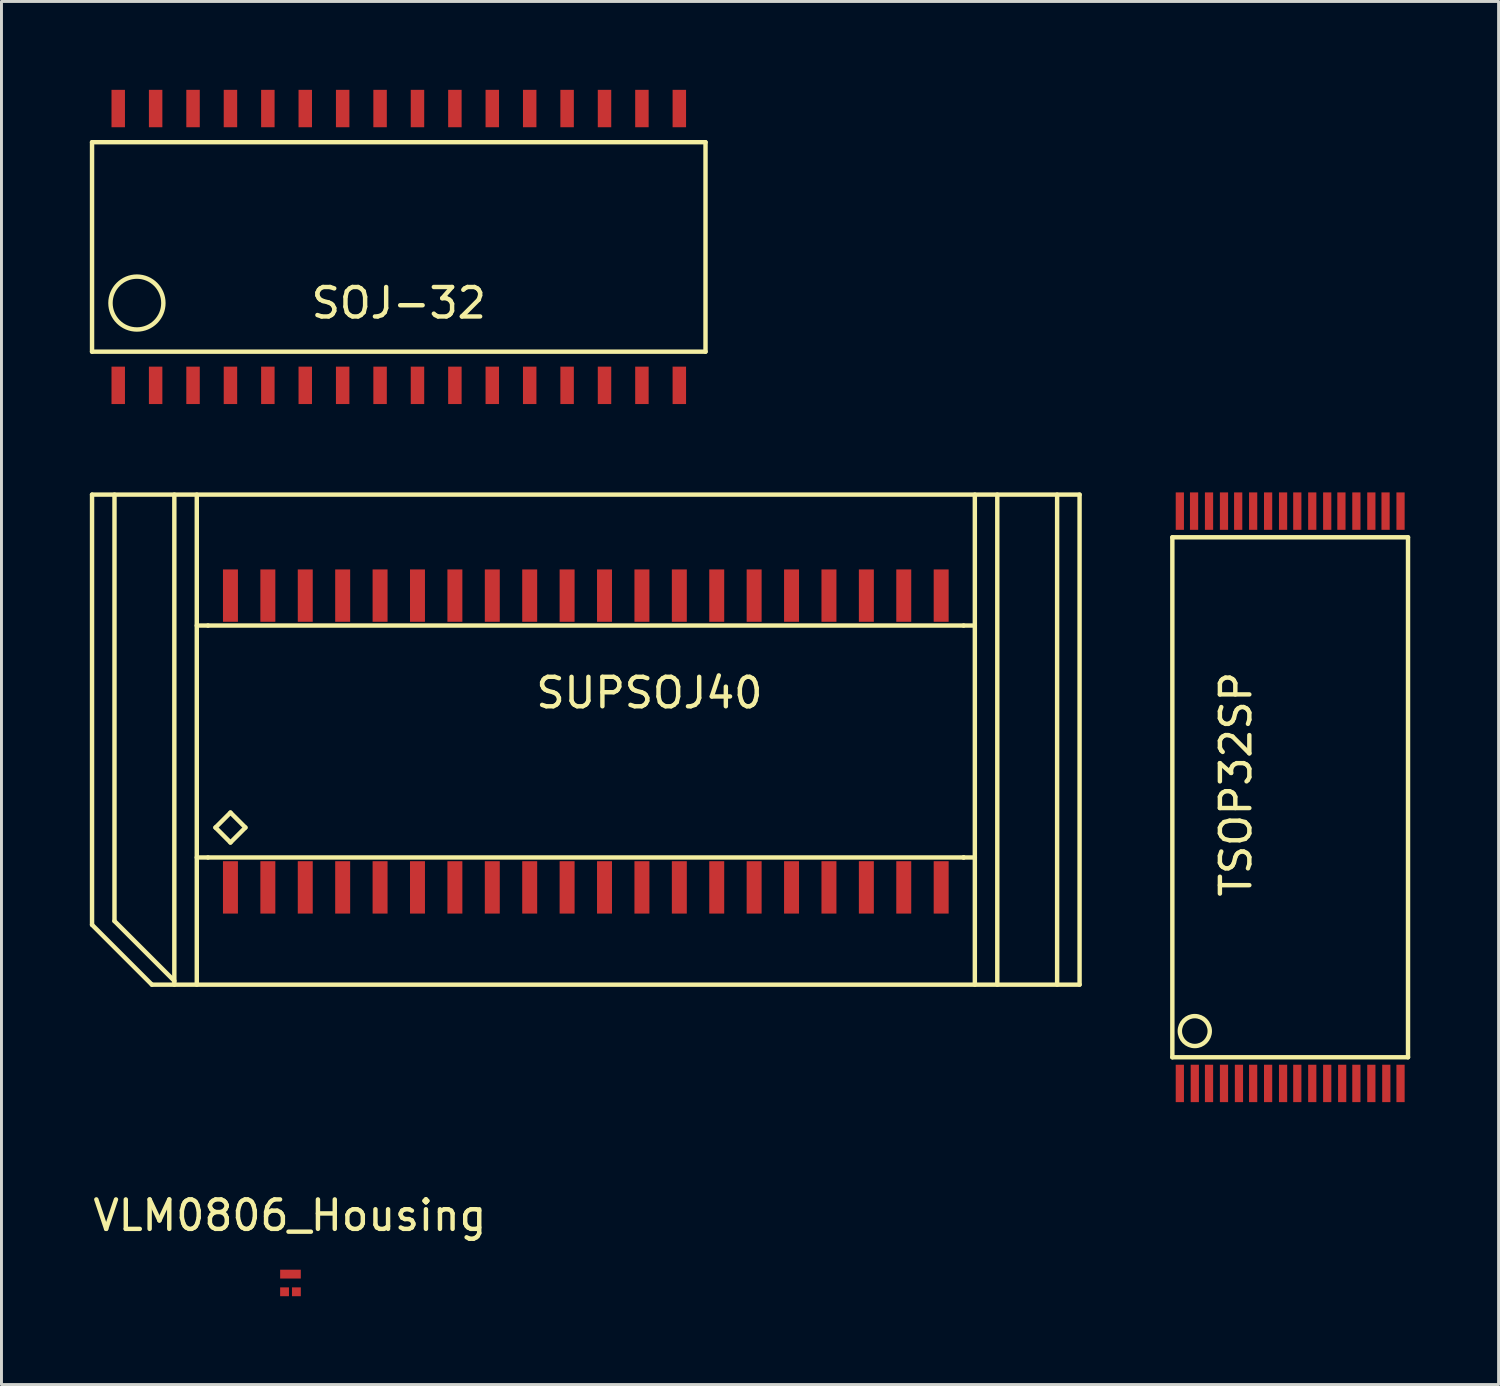
<source format=kicad_pcb>
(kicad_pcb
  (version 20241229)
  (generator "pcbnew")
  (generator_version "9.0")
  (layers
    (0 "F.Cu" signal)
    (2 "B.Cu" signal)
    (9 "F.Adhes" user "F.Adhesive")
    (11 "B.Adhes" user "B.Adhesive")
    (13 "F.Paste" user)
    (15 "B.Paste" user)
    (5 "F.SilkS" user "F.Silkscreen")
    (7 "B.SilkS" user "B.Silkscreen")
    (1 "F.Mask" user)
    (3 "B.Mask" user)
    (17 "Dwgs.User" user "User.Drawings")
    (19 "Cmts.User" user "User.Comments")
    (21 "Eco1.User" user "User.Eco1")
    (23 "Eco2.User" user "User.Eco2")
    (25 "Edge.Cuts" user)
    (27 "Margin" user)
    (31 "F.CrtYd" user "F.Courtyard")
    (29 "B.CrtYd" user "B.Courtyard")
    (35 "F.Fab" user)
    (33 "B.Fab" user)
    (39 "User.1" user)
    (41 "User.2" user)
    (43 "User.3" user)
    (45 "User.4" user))
  (footprint "VLM0806_Housing"
    (layer "F.Cu")
    (at 6.812 40.508)
    (property "Reference" "VLM0806_Housing" (at -0.02 -2.291 0) (layer "F.SilkS") (effects (font (size 1 1) (thickness 0.15))))
    (attr smd)
    (pad "1" smd rect (at 0.201 0.3) (size 0.3 0.3) (layers "F.Cu" "F.Mask" "F.Paste"))
    (pad "2" smd rect (at -0.201 0.3) (size 0.3 0.3) (layers "F.Cu" "F.Mask" "F.Paste"))
    (pad "3" smd rect (at 0 -0.3) (size 0.701 0.3) (layers "F.Cu" "F.Mask" "F.Paste")))
  (footprint "SOJ-32"
    (layer "F.Cu")
    (at 10.489 5.334)
    (property "Reference" "SOJ-32" (at 0 1.905 0) (layer "F.SilkS") (effects (font (size 1 1) (thickness 0.15))))
    (attr smd)
    (fp_line (start -10.414 -3.556) (end 10.414 -3.556) (stroke (width 0.15) (type solid)) (layer "F.SilkS"))
    (fp_line (start -10.414 3.556) (end -10.414 -3.556) (stroke (width 0.15) (type solid)) (layer "F.SilkS"))
    (fp_line (start 10.414 -3.556) (end 10.414 3.556) (stroke (width 0.15) (type solid)) (layer "F.SilkS"))
    (fp_line (start 10.414 3.556) (end -10.414 3.556) (stroke (width 0.15) (type solid)) (layer "F.SilkS"))
    (fp_circle (center -8.89 1.905) (end -9.525 1.27) (stroke (width 0.15) (type solid)) (fill no) (layer "F.SilkS"))
    (pad "1" smd rect (at -9.525 4.699) (size 0.457 1.27) (layers "F.Cu" "F.Mask" "F.Paste"))
    (pad "2" smd rect (at -8.255 4.699) (size 0.457 1.27) (layers "F.Cu" "F.Mask" "F.Paste"))
    (pad "3" smd rect (at -6.985 4.699) (size 0.457 1.27) (layers "F.Cu" "F.Mask" "F.Paste"))
    (pad "4" smd rect (at -5.715 4.699) (size 0.457 1.27) (layers "F.Cu" "F.Mask" "F.Paste"))
    (pad "5" smd rect (at -4.445 4.699) (size 0.457 1.27) (layers "F.Cu" "F.Mask" "F.Paste"))
    (pad "6" smd rect (at -3.175 4.699) (size 0.457 1.27) (layers "F.Cu" "F.Mask" "F.Paste"))
    (pad "7" smd rect (at -1.905 4.699) (size 0.457 1.27) (layers "F.Cu" "F.Mask" "F.Paste"))
    (pad "8" smd rect (at -0.635 4.699) (size 0.457 1.27) (layers "F.Cu" "F.Mask" "F.Paste"))
    (pad "9" smd rect (at 0.635 4.699) (size 0.457 1.27) (layers "F.Cu" "F.Mask" "F.Paste"))
    (pad "10" smd rect (at 1.905 4.699) (size 0.457 1.27) (layers "F.Cu" "F.Mask" "F.Paste"))
    (pad "11" smd rect (at 3.175 4.699) (size 0.457 1.27) (layers "F.Cu" "F.Mask" "F.Paste"))
    (pad "12" smd rect (at 4.445 4.699) (size 0.457 1.27) (layers "F.Cu" "F.Mask" "F.Paste"))
    (pad "13" smd rect (at 5.715 4.699) (size 0.457 1.27) (layers "F.Cu" "F.Mask" "F.Paste"))
    (pad "14" smd rect (at 6.985 4.699) (size 0.457 1.27) (layers "F.Cu" "F.Mask" "F.Paste"))
    (pad "15" smd rect (at 8.255 4.699) (size 0.457 1.27) (layers "F.Cu" "F.Mask" "F.Paste"))
    (pad "16" smd rect (at 9.525 4.699) (size 0.457 1.27) (layers "F.Cu" "F.Mask" "F.Paste"))
    (pad "17" smd rect (at 9.525 -4.699) (size 0.457 1.27) (layers "F.Cu" "F.Mask" "F.Paste"))
    (pad "18" smd rect (at 8.255 -4.699) (size 0.457 1.27) (layers "F.Cu" "F.Mask" "F.Paste"))
    (pad "19" smd rect (at 6.985 -4.699) (size 0.457 1.27) (layers "F.Cu" "F.Mask" "F.Paste"))
    (pad "20" smd rect (at 5.715 -4.699) (size 0.457 1.27) (layers "F.Cu" "F.Mask" "F.Paste"))
    (pad "21" smd rect (at 4.445 -4.699) (size 0.457 1.27) (layers "F.Cu" "F.Mask" "F.Paste"))
    (pad "22" smd rect (at 3.175 -4.699) (size 0.457 1.27) (layers "F.Cu" "F.Mask" "F.Paste"))
    (pad "23" smd rect (at 1.905 -4.699) (size 0.457 1.27) (layers "F.Cu" "F.Mask" "F.Paste"))
    (pad "24" smd rect (at 0.635 -4.699) (size 0.457 1.27) (layers "F.Cu" "F.Mask" "F.Paste"))
    (pad "25" smd rect (at -0.635 -4.699) (size 0.457 1.27) (layers "F.Cu" "F.Mask" "F.Paste"))
    (pad "26" smd rect (at -1.905 -4.699) (size 0.457 1.27) (layers "F.Cu" "F.Mask" "F.Paste"))
    (pad "27" smd rect (at -3.175 -4.699) (size 0.457 1.27) (layers "F.Cu" "F.Mask" "F.Paste"))
    (pad "28" smd rect (at -4.445 -4.699) (size 0.457 1.27) (layers "F.Cu" "F.Mask" "F.Paste"))
    (pad "29" smd rect (at -5.715 -4.699) (size 0.457 1.27) (layers "F.Cu" "F.Mask" "F.Paste"))
    (pad "30" smd rect (at -6.985 -4.699) (size 0.457 1.27) (layers "F.Cu" "F.Mask" "F.Paste"))
    (pad "31" smd rect (at -8.255 -4.699) (size 0.457 1.27) (layers "F.Cu" "F.Mask" "F.Paste"))
    (pad "32" smd rect (at -9.525 -4.699) (size 0.457 1.27) (layers "F.Cu" "F.Mask" "F.Paste")))
  (footprint "TSOP32SP"
    (layer "F.Cu")
    (at 40.817 24.082)
    (property "Reference" "TSOP32SP" (at -1.905 -0.508 90) (layer "F.SilkS") (effects (font (size 1 1) (thickness 0.15))))
    (attr smd)
    (fp_line (start -4.064 -8.89) (end 3.937 -8.89) (stroke (width 0.15) (type solid)) (layer "F.SilkS"))
    (fp_line (start -4.064 8.763) (end -4.064 -8.89) (stroke (width 0.15) (type solid)) (layer "F.SilkS"))
    (fp_line (start 3.937 -8.89) (end 3.937 8.763) (stroke (width 0.15) (type solid)) (layer "F.SilkS"))
    (fp_line (start 3.937 8.763) (end -4.064 8.763) (stroke (width 0.15) (type solid)) (layer "F.SilkS"))
    (fp_circle (center -3.302 7.874) (end -3.302 8.382) (stroke (width 0.15) (type solid)) (fill no) (layer "F.SilkS"))
    (pad "1" smd rect (at -3.81 9.652) (size 0.279 1.27) (layers "F.Cu" "F.Mask" "F.Paste"))
    (pad "2" smd rect (at -3.302 9.652) (size 0.279 1.27) (layers "F.Cu" "F.Mask" "F.Paste"))
    (pad "3" smd rect (at -2.819 9.652) (size 0.279 1.27) (layers "F.Cu" "F.Mask" "F.Paste"))
    (pad "4" smd rect (at -2.311 9.652) (size 0.279 1.27) (layers "F.Cu" "F.Mask" "F.Paste"))
    (pad "5" smd rect (at -1.803 9.652) (size 0.279 1.27) (layers "F.Cu" "F.Mask" "F.Paste"))
    (pad "6" smd rect (at -1.321 9.652) (size 0.279 1.27) (layers "F.Cu" "F.Mask" "F.Paste"))
    (pad "7" smd rect (at -0.813 9.652) (size 0.279 1.27) (layers "F.Cu" "F.Mask" "F.Paste"))
    (pad "8" smd rect (at -0.305 9.652) (size 0.279 1.27) (layers "F.Cu" "F.Mask" "F.Paste"))
    (pad "9" smd rect (at 0.178 9.652) (size 0.279 1.27) (layers "F.Cu" "F.Mask" "F.Paste"))
    (pad "10" smd rect (at 0.686 9.652) (size 0.279 1.27) (layers "F.Cu" "F.Mask" "F.Paste"))
    (pad "11" smd rect (at 1.194 9.652) (size 0.279 1.27) (layers "F.Cu" "F.Mask" "F.Paste"))
    (pad "12" smd rect (at 1.702 9.652) (size 0.279 1.27) (layers "F.Cu" "F.Mask" "F.Paste"))
    (pad "13" smd rect (at 2.184 9.652) (size 0.279 1.27) (layers "F.Cu" "F.Mask" "F.Paste"))
    (pad "14" smd rect (at 2.692 9.652) (size 0.279 1.27) (layers "F.Cu" "F.Mask" "F.Paste"))
    (pad "15" smd rect (at 3.2 9.652) (size 0.279 1.27) (layers "F.Cu" "F.Mask" "F.Paste"))
    (pad "16" smd rect (at 3.683 9.652) (size 0.279 1.27) (layers "F.Cu" "F.Mask" "F.Paste"))
    (pad "17" smd rect (at 3.683 -9.779) (size 0.279 1.27) (layers "F.Cu" "F.Mask" "F.Paste"))
    (pad "18" smd rect (at 3.175 -9.779) (size 0.279 1.27) (layers "F.Cu" "F.Mask" "F.Paste"))
    (pad "19" smd rect (at 2.692 -9.779) (size 0.279 1.27) (layers "F.Cu" "F.Mask" "F.Paste"))
    (pad "20" smd rect (at 2.184 -9.779) (size 0.279 1.27) (layers "F.Cu" "F.Mask" "F.Paste"))
    (pad "21" smd rect (at 1.676 -9.779) (size 0.279 1.27) (layers "F.Cu" "F.Mask" "F.Paste"))
    (pad "22" smd rect (at 1.194 -9.779) (size 0.279 1.27) (layers "F.Cu" "F.Mask" "F.Paste"))
    (pad "23" smd rect (at 0.686 -9.779) (size 0.279 1.27) (layers "F.Cu" "F.Mask" "F.Paste"))
    (pad "24" smd rect (at 0.178 -9.779) (size 0.279 1.27) (layers "F.Cu" "F.Mask" "F.Paste"))
    (pad "25" smd rect (at -0.305 -9.779) (size 0.279 1.27) (layers "F.Cu" "F.Mask" "F.Paste"))
    (pad "26" smd rect (at -0.813 -9.779) (size 0.279 1.27) (layers "F.Cu" "F.Mask" "F.Paste"))
    (pad "27" smd rect (at -1.321 -9.779) (size 0.279 1.27) (layers "F.Cu" "F.Mask" "F.Paste"))
    (pad "28" smd rect (at -1.829 -9.779) (size 0.279 1.27) (layers "F.Cu" "F.Mask" "F.Paste"))
    (pad "29" smd rect (at -2.311 -9.779) (size 0.279 1.27) (layers "F.Cu" "F.Mask" "F.Paste"))
    (pad "30" smd rect (at -2.819 -9.779) (size 0.279 1.27) (layers "F.Cu" "F.Mask" "F.Paste"))
    (pad "31" smd rect (at -3.327 -9.779) (size 0.279 1.27) (layers "F.Cu" "F.Mask" "F.Paste"))
    (pad "32" smd rect (at -3.81 -9.779) (size 0.279 1.27) (layers "F.Cu" "F.Mask" "F.Paste")))
  (footprint "SUPSOJ40"
    (layer "F.Cu")
    (at 17.474 21.998)
    (property "Reference" "SUPSOJ40" (at 1.524 -1.524 180) (layer "F.SilkS") (effects (font (size 1 1) (thickness 0.15))))
    (attr smd)
    (fp_line (start -17.399 6.35) (end -17.399 -8.255) (stroke (width 0.15) (type solid)) (layer "F.SilkS"))
    (fp_line (start -16.637 -8.255) (end -16.637 6.223) (stroke (width 0.15) (type solid)) (layer "F.SilkS"))
    (fp_line (start -16.637 6.223) (end -14.605 8.255) (stroke (width 0.15) (type solid)) (layer "F.SilkS"))
    (fp_line (start -15.367 8.382) (end -17.399 6.35) (stroke (width 0.15) (type solid)) (layer "F.SilkS"))
    (fp_line (start -14.605 8.382) (end -14.605 -8.255) (stroke (width 0.15) (type solid)) (layer "F.SilkS"))
    (fp_line (start -13.843 8.382) (end -13.843 -8.255) (stroke (width 0.15) (type solid)) (layer "F.SilkS"))
    (fp_line (start -13.462 -3.81) (end -13.843 -3.81) (stroke (width 0.15) (type solid)) (layer "F.SilkS"))
    (fp_line (start -13.462 -3.81) (end 12.192 -3.81) (stroke (width 0.15) (type solid)) (layer "F.SilkS"))
    (fp_line (start -13.462 4.064) (end -13.843 4.064) (stroke (width 0.15) (type solid)) (layer "F.SilkS"))
    (fp_line (start -13.208 3.048) (end -12.7 2.54) (stroke (width 0.15) (type solid)) (layer "F.SilkS"))
    (fp_line (start -12.7 2.54) (end -12.192 3.048) (stroke (width 0.15) (type solid)) (layer "F.SilkS"))
    (fp_line (start -12.7 3.556) (end -13.208 3.048) (stroke (width 0.15) (type solid)) (layer "F.SilkS"))
    (fp_line (start -12.192 3.048) (end -12.7 3.556) (stroke (width 0.15) (type solid)) (layer "F.SilkS"))
    (fp_line (start 12.192 -3.81) (end 12.573 -3.81) (stroke (width 0.15) (type solid)) (layer "F.SilkS"))
    (fp_line (start 12.192 4.064) (end -13.462 4.064) (stroke (width 0.15) (type solid)) (layer "F.SilkS"))
    (fp_line (start 12.192 4.064) (end 12.192 4.064) (stroke (width 0.15) (type solid)) (layer "F.SilkS"))
    (fp_line (start 12.192 4.064) (end 12.573 4.064) (stroke (width 0.15) (type solid)) (layer "F.SilkS"))
    (fp_line (start 12.573 8.382) (end 12.573 -8.255) (stroke (width 0.15) (type solid)) (layer "F.SilkS"))
    (fp_line (start 13.335 8.382) (end 13.335 -8.255) (stroke (width 0.15) (type solid)) (layer "F.SilkS"))
    (fp_line (start 15.367 8.382) (end 15.367 -8.255) (stroke (width 0.15) (type solid)) (layer "F.SilkS"))
    (fp_line (start 16.129 -8.255) (end -17.399 -8.255) (stroke (width 0.15) (type solid)) (layer "F.SilkS"))
    (fp_line (start 16.129 -8.255) (end 16.129 8.382) (stroke (width 0.15) (type solid)) (layer "F.SilkS"))
    (fp_line (start 16.129 8.382) (end -15.367 8.382) (stroke (width 0.15) (type solid)) (layer "F.SilkS"))
    (pad "1" smd rect (at -12.7 5.08) (size 0.508 1.778) (layers "F.Cu" "F.Mask" "F.Paste"))
    (pad "2" smd rect (at -11.43 5.08) (size 0.508 1.778) (layers "F.Cu" "F.Mask" "F.Paste"))
    (pad "3" smd rect (at -10.16 5.08) (size 0.508 1.778) (layers "F.Cu" "F.Mask" "F.Paste"))
    (pad "4" smd rect (at -8.89 5.08) (size 0.508 1.778) (layers "F.Cu" "F.Mask" "F.Paste"))
    (pad "5" smd rect (at -7.62 5.08) (size 0.508 1.778) (layers "F.Cu" "F.Mask" "F.Paste"))
    (pad "6" smd rect (at -6.35 5.08) (size 0.508 1.778) (layers "F.Cu" "F.Mask" "F.Paste"))
    (pad "7" smd rect (at -5.08 5.08) (size 0.508 1.778) (layers "F.Cu" "F.Mask" "F.Paste"))
    (pad "8" smd rect (at -3.81 5.08) (size 0.508 1.778) (layers "F.Cu" "F.Mask" "F.Paste"))
    (pad "9" smd rect (at -2.54 5.08) (size 0.508 1.778) (layers "F.Cu" "F.Mask" "F.Paste"))
    (pad "10" smd rect (at -1.27 5.08) (size 0.508 1.778) (layers "F.Cu" "F.Mask" "F.Paste"))
    (pad "11" smd rect (at 0 5.08) (size 0.508 1.778) (layers "F.Cu" "F.Mask" "F.Paste"))
    (pad "12" smd rect (at 1.27 5.08) (size 0.508 1.778) (layers "F.Cu" "F.Mask" "F.Paste"))
    (pad "13" smd rect (at 2.54 5.08) (size 0.508 1.778) (layers "F.Cu" "F.Mask" "F.Paste"))
    (pad "14" smd rect (at 3.81 5.08) (size 0.508 1.778) (layers "F.Cu" "F.Mask" "F.Paste"))
    (pad "15" smd rect (at 5.08 5.08) (size 0.508 1.778) (layers "F.Cu" "F.Mask" "F.Paste"))
    (pad "16" smd rect (at 6.35 5.08) (size 0.508 1.778) (layers "F.Cu" "F.Mask" "F.Paste"))
    (pad "17" smd rect (at 7.62 5.08) (size 0.508 1.778) (layers "F.Cu" "F.Mask" "F.Paste"))
    (pad "18" smd rect (at 8.89 5.08) (size 0.508 1.778) (layers "F.Cu" "F.Mask" "F.Paste"))
    (pad "19" smd rect (at 10.16 5.08) (size 0.508 1.778) (layers "F.Cu" "F.Mask" "F.Paste"))
    (pad "20" smd rect (at 11.43 5.08) (size 0.508 1.778) (layers "F.Cu" "F.Mask" "F.Paste"))
    (pad "21" smd rect (at 11.43 -4.826) (size 0.508 1.778) (layers "F.Cu" "F.Mask" "F.Paste"))
    (pad "22" smd rect (at 10.16 -4.826) (size 0.508 1.778) (layers "F.Cu" "F.Mask" "F.Paste"))
    (pad "23" smd rect (at 8.89 -4.826) (size 0.508 1.778) (layers "F.Cu" "F.Mask" "F.Paste"))
    (pad "24" smd rect (at 7.62 -4.826) (size 0.508 1.778) (layers "F.Cu" "F.Mask" "F.Paste"))
    (pad "25" smd rect (at 6.35 -4.826) (size 0.508 1.778) (layers "F.Cu" "F.Mask" "F.Paste"))
    (pad "26" smd rect (at 5.08 -4.826) (size 0.508 1.778) (layers "F.Cu" "F.Mask" "F.Paste"))
    (pad "27" smd rect (at 3.81 -4.826) (size 0.508 1.778) (layers "F.Cu" "F.Mask" "F.Paste"))
    (pad "28" smd rect (at 2.54 -4.826) (size 0.508 1.778) (layers "F.Cu" "F.Mask" "F.Paste"))
    (pad "29" smd rect (at 1.27 -4.826) (size 0.508 1.778) (layers "F.Cu" "F.Mask" "F.Paste"))
    (pad "30" smd rect (at 0 -4.826) (size 0.508 1.778) (layers "F.Cu" "F.Mask" "F.Paste"))
    (pad "31" smd rect (at -1.27 -4.826) (size 0.508 1.778) (layers "F.Cu" "F.Mask" "F.Paste"))
    (pad "32" smd rect (at -2.54 -4.826) (size 0.508 1.778) (layers "F.Cu" "F.Mask" "F.Paste"))
    (pad "33" smd rect (at -3.81 -4.826) (size 0.508 1.778) (layers "F.Cu" "F.Mask" "F.Paste"))
    (pad "34" smd rect (at -5.08 -4.826) (size 0.508 1.778) (layers "F.Cu" "F.Mask" "F.Paste"))
    (pad "35" smd rect (at -6.35 -4.826) (size 0.508 1.778) (layers "F.Cu" "F.Mask" "F.Paste"))
    (pad "36" smd rect (at -7.62 -4.826) (size 0.508 1.778) (layers "F.Cu" "F.Mask" "F.Paste"))
    (pad "37" smd rect (at -8.89 -4.826) (size 0.508 1.778) (layers "F.Cu" "F.Mask" "F.Paste"))
    (pad "38" smd rect (at -10.16 -4.826) (size 0.508 1.778) (layers "F.Cu" "F.Mask" "F.Paste"))
    (pad "39" smd rect (at -11.43 -4.826) (size 0.508 1.778) (layers "F.Cu" "F.Mask" "F.Paste"))
    (pad "40" smd rect (at -12.7 -4.826) (size 0.508 1.778) (layers "F.Cu" "F.Mask" "F.Paste")))
  (gr_rect
    (start -3 -3)
    (end 47.829 43.958)
    (stroke (width 0.1) (type default))
    (fill no)
    (layer "Edge.Cuts")))
</source>
